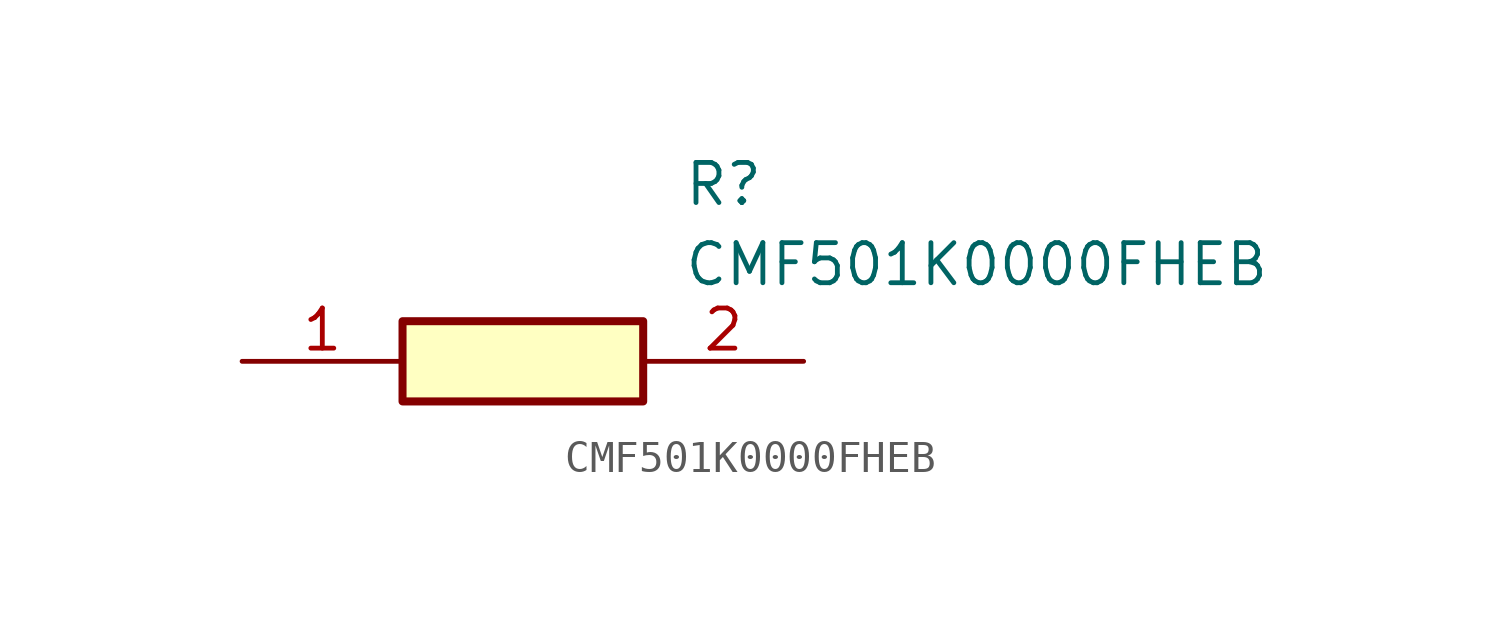
<source format=kicad_sym>
(kicad_symbol_lib
  (version 20211014)
  (generator SamacSys_ECAD_Model)
  (symbol "CMF501K0000FHEB"
    (pin_names hide)
    (property "Reference" "R"
      (at 13.97 6.35 0)
      (effects (font (size 1.27 1.27)) (justify left top)))
    (property "Value" "CMF501K0000FHEB"
      (at 13.97 3.81 0)
      (effects (font (size 1.27 1.27)) (justify left top)))
    (rectangle
      (start 5.08 1.27)
      (end 12.7 -1.27)
      (stroke (width 0.254) (type default))
      (fill (type background)))
    (pin passive line
      (at 0 0 0)
      (length 5.08)
      (name "1" (effects (font (size 1.27 1.27))))
      (number "1" (effects (font (size 1.27 1.27)))))
    (pin passive line
      (at 17.78 0 180)
      (length 5.08)
      (name "2" (effects (font (size 1.27 1.27))))
      (number "2" (effects (font (size 1.27 1.27)))))))
</source>
